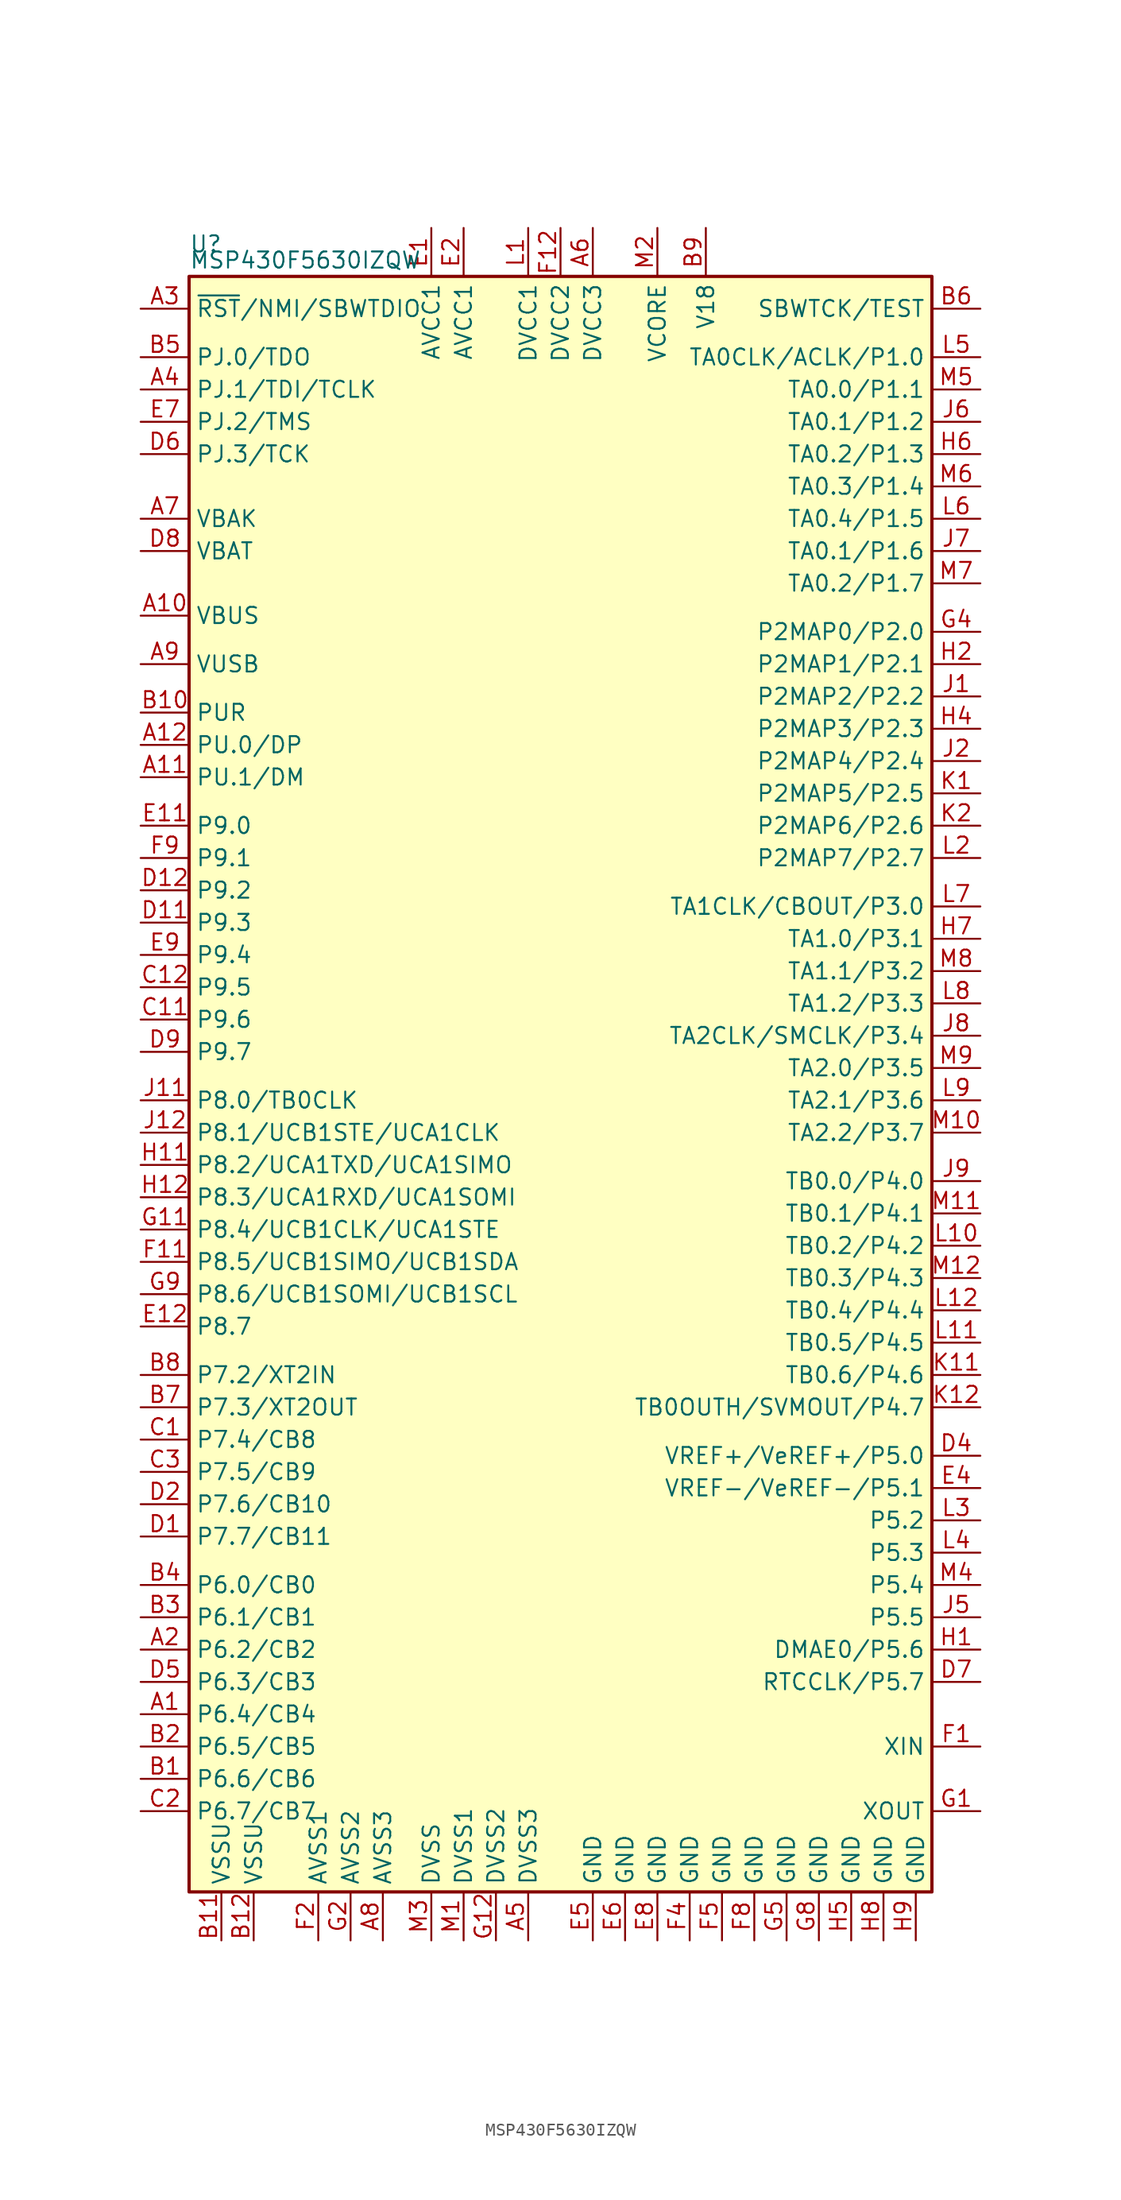
<source format=kicad_sym>
(kicad_symbol_lib
  (version 20220914)
  (generator kicad_symbol_editor)
  (symbol "MSP430F5630IZQW"
    (property "Reference" "U"
      (at -29.21 66.04 0)
      (effects (font (size 1.27 1.27)) (justify left)))
    (property "Value" "MSP430F5630IZQW"
      (at -29.21 64.77 0)
      (effects (font (size 1.27 1.27)) (justify left)))
    (symbol "MSP430F5630IZQW_0_1"
      (rectangle (start -29.21 63.5) (end 29.21 -63.5) (stroke (width 0.254) (type default)) (fill (type background))))
    (symbol "MSP430F5630IZQW_1_1"
      (pin bidirectional line (at -33.02 -49.53 0) (length 3.81) (name "P6.4/CB4" (effects (font (size 1.27 1.27)))) (number "A1" (effects (font (size 1.27 1.27)))))
      (pin bidirectional line (at -33.02 36.83 0) (length 3.81) (name "VBUS" (effects (font (size 1.27 1.27)))) (number "A10" (effects (font (size 1.27 1.27)))))
      (pin bidirectional line (at -33.02 24.13 0) (length 3.81) (name "PU.1/DM" (effects (font (size 1.27 1.27)))) (number "A11" (effects (font (size 1.27 1.27)))))
      (pin bidirectional line (at -33.02 26.67 0) (length 3.81) (name "PU.0/DP" (effects (font (size 1.27 1.27)))) (number "A12" (effects (font (size 1.27 1.27)))))
      (pin bidirectional line (at -33.02 -44.45 0) (length 3.81) (name "P6.2/CB2" (effects (font (size 1.27 1.27)))) (number "A2" (effects (font (size 1.27 1.27)))))
      (pin input line (at -33.02 60.96 0) (length 3.81) (name "~{RST}/NMI/SBWTDIO" (effects (font (size 1.27 1.27)))) (number "A3" (effects (font (size 1.27 1.27)))))
      (pin bidirectional line (at -33.02 54.61 0) (length 3.81) (name "PJ.1/TDI/TCLK" (effects (font (size 1.27 1.27)))) (number "A4" (effects (font (size 1.27 1.27)))))
      (pin power_in line (at -2.54 -67.31 90) (length 3.81) (name "DVSS3" (effects (font (size 1.27 1.27)))) (number "A5" (effects (font (size 1.27 1.27)))))
      (pin power_in line (at 2.54 67.31 270) (length 3.81) (name "DVCC3" (effects (font (size 1.27 1.27)))) (number "A6" (effects (font (size 1.27 1.27)))))
      (pin bidirectional line (at -33.02 44.45 0) (length 3.81) (name "VBAK" (effects (font (size 1.27 1.27)))) (number "A7" (effects (font (size 1.27 1.27)))))
      (pin power_in line (at -13.97 -67.31 90) (length 3.81) (name "AVSS3" (effects (font (size 1.27 1.27)))) (number "A8" (effects (font (size 1.27 1.27)))))
      (pin bidirectional line (at -33.02 33.02 0) (length 3.81) (name "VUSB" (effects (font (size 1.27 1.27)))) (number "A9" (effects (font (size 1.27 1.27)))))
      (pin bidirectional line (at -33.02 -54.61 0) (length 3.81) (name "P6.6/CB6" (effects (font (size 1.27 1.27)))) (number "B1" (effects (font (size 1.27 1.27)))))
      (pin bidirectional line (at -33.02 29.21 0) (length 3.81) (name "PUR" (effects (font (size 1.27 1.27)))) (number "B10" (effects (font (size 1.27 1.27)))))
      (pin power_in line (at -26.67 -67.31 90) (length 3.81) (name "VSSU" (effects (font (size 1.27 1.27)))) (number "B11" (effects (font (size 1.27 1.27)))))
      (pin power_in line (at -24.13 -67.31 90) (length 3.81) (name "VSSU" (effects (font (size 1.27 1.27)))) (number "B12" (effects (font (size 1.27 1.27)))))
      (pin bidirectional line (at -33.02 -52.07 0) (length 3.81) (name "P6.5/CB5" (effects (font (size 1.27 1.27)))) (number "B2" (effects (font (size 1.27 1.27)))))
      (pin bidirectional line (at -33.02 -41.91 0) (length 3.81) (name "P6.1/CB1" (effects (font (size 1.27 1.27)))) (number "B3" (effects (font (size 1.27 1.27)))))
      (pin bidirectional line (at -33.02 -39.37 0) (length 3.81) (name "P6.0/CB0" (effects (font (size 1.27 1.27)))) (number "B4" (effects (font (size 1.27 1.27)))))
      (pin bidirectional line (at -33.02 57.15 0) (length 3.81) (name "PJ.0/TDO" (effects (font (size 1.27 1.27)))) (number "B5" (effects (font (size 1.27 1.27)))))
      (pin input line (at 33.02 60.96 180) (length 3.81) (name "SBWTCK/TEST" (effects (font (size 1.27 1.27)))) (number "B6" (effects (font (size 1.27 1.27)))))
      (pin bidirectional line (at -33.02 -25.4 0) (length 3.81) (name "P7.3/XT2OUT" (effects (font (size 1.27 1.27)))) (number "B7" (effects (font (size 1.27 1.27)))))
      (pin bidirectional line (at -33.02 -22.86 0) (length 3.81) (name "P7.2/XT2IN" (effects (font (size 1.27 1.27)))) (number "B8" (effects (font (size 1.27 1.27)))))
      (pin passive line (at 11.43 67.31 270) (length 3.81) (name "V18" (effects (font (size 1.27 1.27)))) (number "B9" (effects (font (size 1.27 1.27)))))
      (pin bidirectional line (at -33.02 -27.94 0) (length 3.81) (name "P7.4/CB8" (effects (font (size 1.27 1.27)))) (number "C1" (effects (font (size 1.27 1.27)))))
      (pin bidirectional line (at -33.02 5.08 0) (length 3.81) (name "P9.6" (effects (font (size 1.27 1.27)))) (number "C11" (effects (font (size 1.27 1.27)))))
      (pin bidirectional line (at -33.02 7.62 0) (length 3.81) (name "P9.5" (effects (font (size 1.27 1.27)))) (number "C12" (effects (font (size 1.27 1.27)))))
      (pin bidirectional line (at -33.02 -57.15 0) (length 3.81) (name "P6.7/CB7" (effects (font (size 1.27 1.27)))) (number "C2" (effects (font (size 1.27 1.27)))))
      (pin bidirectional line (at -33.02 -30.48 0) (length 3.81) (name "P7.5/CB9" (effects (font (size 1.27 1.27)))) (number "C3" (effects (font (size 1.27 1.27)))))
      (pin bidirectional line (at -33.02 -35.56 0) (length 3.81) (name "P7.7/CB11" (effects (font (size 1.27 1.27)))) (number "D1" (effects (font (size 1.27 1.27)))))
      (pin bidirectional line (at -33.02 12.7 0) (length 3.81) (name "P9.3" (effects (font (size 1.27 1.27)))) (number "D11" (effects (font (size 1.27 1.27)))))
      (pin bidirectional line (at -33.02 15.24 0) (length 3.81) (name "P9.2" (effects (font (size 1.27 1.27)))) (number "D12" (effects (font (size 1.27 1.27)))))
      (pin bidirectional line (at -33.02 -33.02 0) (length 3.81) (name "P7.6/CB10" (effects (font (size 1.27 1.27)))) (number "D2" (effects (font (size 1.27 1.27)))))
      (pin bidirectional line (at 33.02 -29.21 180) (length 3.81) (name "VREF+/VeREF+/P5.0" (effects (font (size 1.27 1.27)))) (number "D4" (effects (font (size 1.27 1.27)))))
      (pin bidirectional line (at -33.02 -46.99 0) (length 3.81) (name "P6.3/CB3" (effects (font (size 1.27 1.27)))) (number "D5" (effects (font (size 1.27 1.27)))))
      (pin bidirectional line (at -33.02 49.53 0) (length 3.81) (name "PJ.3/TCK" (effects (font (size 1.27 1.27)))) (number "D6" (effects (font (size 1.27 1.27)))))
      (pin bidirectional line (at 33.02 -46.99 180) (length 3.81) (name "RTCCLK/P5.7" (effects (font (size 1.27 1.27)))) (number "D7" (effects (font (size 1.27 1.27)))))
      (pin bidirectional line (at -33.02 41.91 0) (length 3.81) (name "VBAT" (effects (font (size 1.27 1.27)))) (number "D8" (effects (font (size 1.27 1.27)))))
      (pin bidirectional line (at -33.02 2.54 0) (length 3.81) (name "P9.7" (effects (font (size 1.27 1.27)))) (number "D9" (effects (font (size 1.27 1.27)))))
      (pin power_in line (at -10.16 67.31 270) (length 3.81) (name "AVCC1" (effects (font (size 1.27 1.27)))) (number "E1" (effects (font (size 1.27 1.27)))))
      (pin bidirectional line (at -33.02 20.32 0) (length 3.81) (name "P9.0" (effects (font (size 1.27 1.27)))) (number "E11" (effects (font (size 1.27 1.27)))))
      (pin bidirectional line (at -33.02 -19.05 0) (length 3.81) (name "P8.7" (effects (font (size 1.27 1.27)))) (number "E12" (effects (font (size 1.27 1.27)))))
      (pin power_in line (at -7.62 67.31 270) (length 3.81) (name "AVCC1" (effects (font (size 1.27 1.27)))) (number "E2" (effects (font (size 1.27 1.27)))))
      (pin bidirectional line (at 33.02 -31.75 180) (length 3.81) (name "VREF-/VeREF-/P5.1" (effects (font (size 1.27 1.27)))) (number "E4" (effects (font (size 1.27 1.27)))))
      (pin power_in line (at 2.54 -67.31 90) (length 3.81) (name "GND" (effects (font (size 1.27 1.27)))) (number "E5" (effects (font (size 1.27 1.27)))))
      (pin power_in line (at 5.08 -67.31 90) (length 3.81) (name "GND" (effects (font (size 1.27 1.27)))) (number "E6" (effects (font (size 1.27 1.27)))))
      (pin bidirectional line (at -33.02 52.07 0) (length 3.81) (name "PJ.2/TMS" (effects (font (size 1.27 1.27)))) (number "E7" (effects (font (size 1.27 1.27)))))
      (pin power_in line (at 7.62 -67.31 90) (length 3.81) (name "GND" (effects (font (size 1.27 1.27)))) (number "E8" (effects (font (size 1.27 1.27)))))
      (pin bidirectional line (at -33.02 10.16 0) (length 3.81) (name "P9.4" (effects (font (size 1.27 1.27)))) (number "E9" (effects (font (size 1.27 1.27)))))
      (pin bidirectional line (at 33.02 -52.07 180) (length 3.81) (name "XIN" (effects (font (size 1.27 1.27)))) (number "F1" (effects (font (size 1.27 1.27)))))
      (pin bidirectional line (at -33.02 -13.97 0) (length 3.81) (name "P8.5/UCB1SIMO/UCB1SDA" (effects (font (size 1.27 1.27)))) (number "F11" (effects (font (size 1.27 1.27)))))
      (pin power_in line (at 0 67.31 270) (length 3.81) (name "DVCC2" (effects (font (size 1.27 1.27)))) (number "F12" (effects (font (size 1.27 1.27)))))
      (pin power_in line (at -19.05 -67.31 90) (length 3.81) (name "AVSS1" (effects (font (size 1.27 1.27)))) (number "F2" (effects (font (size 1.27 1.27)))))
      (pin power_in line (at 10.16 -67.31 90) (length 3.81) (name "GND" (effects (font (size 1.27 1.27)))) (number "F4" (effects (font (size 1.27 1.27)))))
      (pin power_in line (at 12.7 -67.31 90) (length 3.81) (name "GND" (effects (font (size 1.27 1.27)))) (number "F5" (effects (font (size 1.27 1.27)))))
      (pin power_in line (at 15.24 -67.31 90) (length 3.81) (name "GND" (effects (font (size 1.27 1.27)))) (number "F8" (effects (font (size 1.27 1.27)))))
      (pin bidirectional line (at -33.02 17.78 0) (length 3.81) (name "P9.1" (effects (font (size 1.27 1.27)))) (number "F9" (effects (font (size 1.27 1.27)))))
      (pin bidirectional line (at 33.02 -57.15 180) (length 3.81) (name "XOUT" (effects (font (size 1.27 1.27)))) (number "G1" (effects (font (size 1.27 1.27)))))
      (pin bidirectional line (at -33.02 -11.43 0) (length 3.81) (name "P8.4/UCB1CLK/UCA1STE" (effects (font (size 1.27 1.27)))) (number "G11" (effects (font (size 1.27 1.27)))))
      (pin power_in line (at -5.08 -67.31 90) (length 3.81) (name "DVSS2" (effects (font (size 1.27 1.27)))) (number "G12" (effects (font (size 1.27 1.27)))))
      (pin power_in line (at -16.51 -67.31 90) (length 3.81) (name "AVSS2" (effects (font (size 1.27 1.27)))) (number "G2" (effects (font (size 1.27 1.27)))))
      (pin bidirectional line (at 33.02 35.56 180) (length 3.81) (name "P2MAP0/P2.0" (effects (font (size 1.27 1.27)))) (number "G4" (effects (font (size 1.27 1.27)))))
      (pin power_in line (at 17.78 -67.31 90) (length 3.81) (name "GND" (effects (font (size 1.27 1.27)))) (number "G5" (effects (font (size 1.27 1.27)))))
      (pin power_in line (at 20.32 -67.31 90) (length 3.81) (name "GND" (effects (font (size 1.27 1.27)))) (number "G8" (effects (font (size 1.27 1.27)))))
      (pin bidirectional line (at -33.02 -16.51 0) (length 3.81) (name "P8.6/UCB1SOMI/UCB1SCL" (effects (font (size 1.27 1.27)))) (number "G9" (effects (font (size 1.27 1.27)))))
      (pin bidirectional line (at 33.02 -44.45 180) (length 3.81) (name "DMAE0/P5.6" (effects (font (size 1.27 1.27)))) (number "H1" (effects (font (size 1.27 1.27)))))
      (pin bidirectional line (at -33.02 -6.35 0) (length 3.81) (name "P8.2/UCA1TXD/UCA1SIMO" (effects (font (size 1.27 1.27)))) (number "H11" (effects (font (size 1.27 1.27)))))
      (pin bidirectional line (at -33.02 -8.89 0) (length 3.81) (name "P8.3/UCA1RXD/UCA1SOMI" (effects (font (size 1.27 1.27)))) (number "H12" (effects (font (size 1.27 1.27)))))
      (pin bidirectional line (at 33.02 33.02 180) (length 3.81) (name "P2MAP1/P2.1" (effects (font (size 1.27 1.27)))) (number "H2" (effects (font (size 1.27 1.27)))))
      (pin bidirectional line (at 33.02 27.94 180) (length 3.81) (name "P2MAP3/P2.3" (effects (font (size 1.27 1.27)))) (number "H4" (effects (font (size 1.27 1.27)))))
      (pin power_in line (at 22.86 -67.31 90) (length 3.81) (name "GND" (effects (font (size 1.27 1.27)))) (number "H5" (effects (font (size 1.27 1.27)))))
      (pin bidirectional line (at 33.02 49.53 180) (length 3.81) (name "TA0.2/P1.3" (effects (font (size 1.27 1.27)))) (number "H6" (effects (font (size 1.27 1.27)))))
      (pin bidirectional line (at 33.02 11.43 180) (length 3.81) (name "TA1.0/P3.1" (effects (font (size 1.27 1.27)))) (number "H7" (effects (font (size 1.27 1.27)))))
      (pin power_in line (at 25.4 -67.31 90) (length 3.81) (name "GND" (effects (font (size 1.27 1.27)))) (number "H8" (effects (font (size 1.27 1.27)))))
      (pin power_in line (at 27.94 -67.31 90) (length 3.81) (name "GND" (effects (font (size 1.27 1.27)))) (number "H9" (effects (font (size 1.27 1.27)))))
      (pin bidirectional line (at 33.02 30.48 180) (length 3.81) (name "P2MAP2/P2.2" (effects (font (size 1.27 1.27)))) (number "J1" (effects (font (size 1.27 1.27)))))
      (pin bidirectional line (at -33.02 -1.27 0) (length 3.81) (name "P8.0/TB0CLK" (effects (font (size 1.27 1.27)))) (number "J11" (effects (font (size 1.27 1.27)))))
      (pin bidirectional line (at -33.02 -3.81 0) (length 3.81) (name "P8.1/UCB1STE/UCA1CLK" (effects (font (size 1.27 1.27)))) (number "J12" (effects (font (size 1.27 1.27)))))
      (pin bidirectional line (at 33.02 25.4 180) (length 3.81) (name "P2MAP4/P2.4" (effects (font (size 1.27 1.27)))) (number "J2" (effects (font (size 1.27 1.27)))))
      (pin bidirectional line (at 33.02 -41.91 180) (length 3.81) (name "P5.5" (effects (font (size 1.27 1.27)))) (number "J5" (effects (font (size 1.27 1.27)))))
      (pin bidirectional line (at 33.02 52.07 180) (length 3.81) (name "TA0.1/P1.2" (effects (font (size 1.27 1.27)))) (number "J6" (effects (font (size 1.27 1.27)))))
      (pin bidirectional line (at 33.02 41.91 180) (length 3.81) (name "TA0.1/P1.6" (effects (font (size 1.27 1.27)))) (number "J7" (effects (font (size 1.27 1.27)))))
      (pin bidirectional line (at 33.02 3.81 180) (length 3.81) (name "TA2CLK/SMCLK/P3.4" (effects (font (size 1.27 1.27)))) (number "J8" (effects (font (size 1.27 1.27)))))
      (pin bidirectional line (at 33.02 -7.62 180) (length 3.81) (name "TB0.0/P4.0" (effects (font (size 1.27 1.27)))) (number "J9" (effects (font (size 1.27 1.27)))))
      (pin bidirectional line (at 33.02 22.86 180) (length 3.81) (name "P2MAP5/P2.5" (effects (font (size 1.27 1.27)))) (number "K1" (effects (font (size 1.27 1.27)))))
      (pin bidirectional line (at 33.02 -22.86 180) (length 3.81) (name "TB0.6/P4.6" (effects (font (size 1.27 1.27)))) (number "K11" (effects (font (size 1.27 1.27)))))
      (pin bidirectional line (at 33.02 -25.4 180) (length 3.81) (name "TB0OUTH/SVMOUT/P4.7" (effects (font (size 1.27 1.27)))) (number "K12" (effects (font (size 1.27 1.27)))))
      (pin bidirectional line (at 33.02 20.32 180) (length 3.81) (name "P2MAP6/P2.6" (effects (font (size 1.27 1.27)))) (number "K2" (effects (font (size 1.27 1.27)))))
      (pin power_in line (at -2.54 67.31 270) (length 3.81) (name "DVCC1" (effects (font (size 1.27 1.27)))) (number "L1" (effects (font (size 1.27 1.27)))))
      (pin bidirectional line (at 33.02 -12.7 180) (length 3.81) (name "TB0.2/P4.2" (effects (font (size 1.27 1.27)))) (number "L10" (effects (font (size 1.27 1.27)))))
      (pin bidirectional line (at 33.02 -20.32 180) (length 3.81) (name "TB0.5/P4.5" (effects (font (size 1.27 1.27)))) (number "L11" (effects (font (size 1.27 1.27)))))
      (pin bidirectional line (at 33.02 -17.78 180) (length 3.81) (name "TB0.4/P4.4" (effects (font (size 1.27 1.27)))) (number "L12" (effects (font (size 1.27 1.27)))))
      (pin bidirectional line (at 33.02 17.78 180) (length 3.81) (name "P2MAP7/P2.7" (effects (font (size 1.27 1.27)))) (number "L2" (effects (font (size 1.27 1.27)))))
      (pin bidirectional line (at 33.02 -34.29 180) (length 3.81) (name "P5.2" (effects (font (size 1.27 1.27)))) (number "L3" (effects (font (size 1.27 1.27)))))
      (pin bidirectional line (at 33.02 -36.83 180) (length 3.81) (name "P5.3" (effects (font (size 1.27 1.27)))) (number "L4" (effects (font (size 1.27 1.27)))))
      (pin bidirectional line (at 33.02 57.15 180) (length 3.81) (name "TA0CLK/ACLK/P1.0" (effects (font (size 1.27 1.27)))) (number "L5" (effects (font (size 1.27 1.27)))))
      (pin bidirectional line (at 33.02 44.45 180) (length 3.81) (name "TA0.4/P1.5" (effects (font (size 1.27 1.27)))) (number "L6" (effects (font (size 1.27 1.27)))))
      (pin bidirectional line (at 33.02 13.97 180) (length 3.81) (name "TA1CLK/CBOUT/P3.0" (effects (font (size 1.27 1.27)))) (number "L7" (effects (font (size 1.27 1.27)))))
      (pin bidirectional line (at 33.02 6.35 180) (length 3.81) (name "TA1.2/P3.3" (effects (font (size 1.27 1.27)))) (number "L8" (effects (font (size 1.27 1.27)))))
      (pin bidirectional line (at 33.02 -1.27 180) (length 3.81) (name "TA2.1/P3.6" (effects (font (size 1.27 1.27)))) (number "L9" (effects (font (size 1.27 1.27)))))
      (pin power_in line (at -7.62 -67.31 90) (length 3.81) (name "DVSS1" (effects (font (size 1.27 1.27)))) (number "M1" (effects (font (size 1.27 1.27)))))
      (pin bidirectional line (at 33.02 -3.81 180) (length 3.81) (name "TA2.2/P3.7" (effects (font (size 1.27 1.27)))) (number "M10" (effects (font (size 1.27 1.27)))))
      (pin bidirectional line (at 33.02 -10.16 180) (length 3.81) (name "TB0.1/P4.1" (effects (font (size 1.27 1.27)))) (number "M11" (effects (font (size 1.27 1.27)))))
      (pin bidirectional line (at 33.02 -15.24 180) (length 3.81) (name "TB0.3/P4.3" (effects (font (size 1.27 1.27)))) (number "M12" (effects (font (size 1.27 1.27)))))
      (pin bidirectional line (at 7.62 67.31 270) (length 3.81) (name "VCORE" (effects (font (size 1.27 1.27)))) (number "M2" (effects (font (size 1.27 1.27)))))
      (pin power_in line (at -10.16 -67.31 90) (length 3.81) (name "DVSS" (effects (font (size 1.27 1.27)))) (number "M3" (effects (font (size 1.27 1.27)))))
      (pin bidirectional line (at 33.02 -39.37 180) (length 3.81) (name "P5.4" (effects (font (size 1.27 1.27)))) (number "M4" (effects (font (size 1.27 1.27)))))
      (pin bidirectional line (at 33.02 54.61 180) (length 3.81) (name "TA0.0/P1.1" (effects (font (size 1.27 1.27)))) (number "M5" (effects (font (size 1.27 1.27)))))
      (pin bidirectional line (at 33.02 46.99 180) (length 3.81) (name "TA0.3/P1.4" (effects (font (size 1.27 1.27)))) (number "M6" (effects (font (size 1.27 1.27)))))
      (pin bidirectional line (at 33.02 39.37 180) (length 3.81) (name "TA0.2/P1.7" (effects (font (size 1.27 1.27)))) (number "M7" (effects (font (size 1.27 1.27)))))
      (pin bidirectional line (at 33.02 8.89 180) (length 3.81) (name "TA1.1/P3.2" (effects (font (size 1.27 1.27)))) (number "M8" (effects (font (size 1.27 1.27)))))
      (pin bidirectional line (at 33.02 1.27 180) (length 3.81) (name "TA2.0/P3.5" (effects (font (size 1.27 1.27)))) (number "M9" (effects (font (size 1.27 1.27))))))))
</source>
